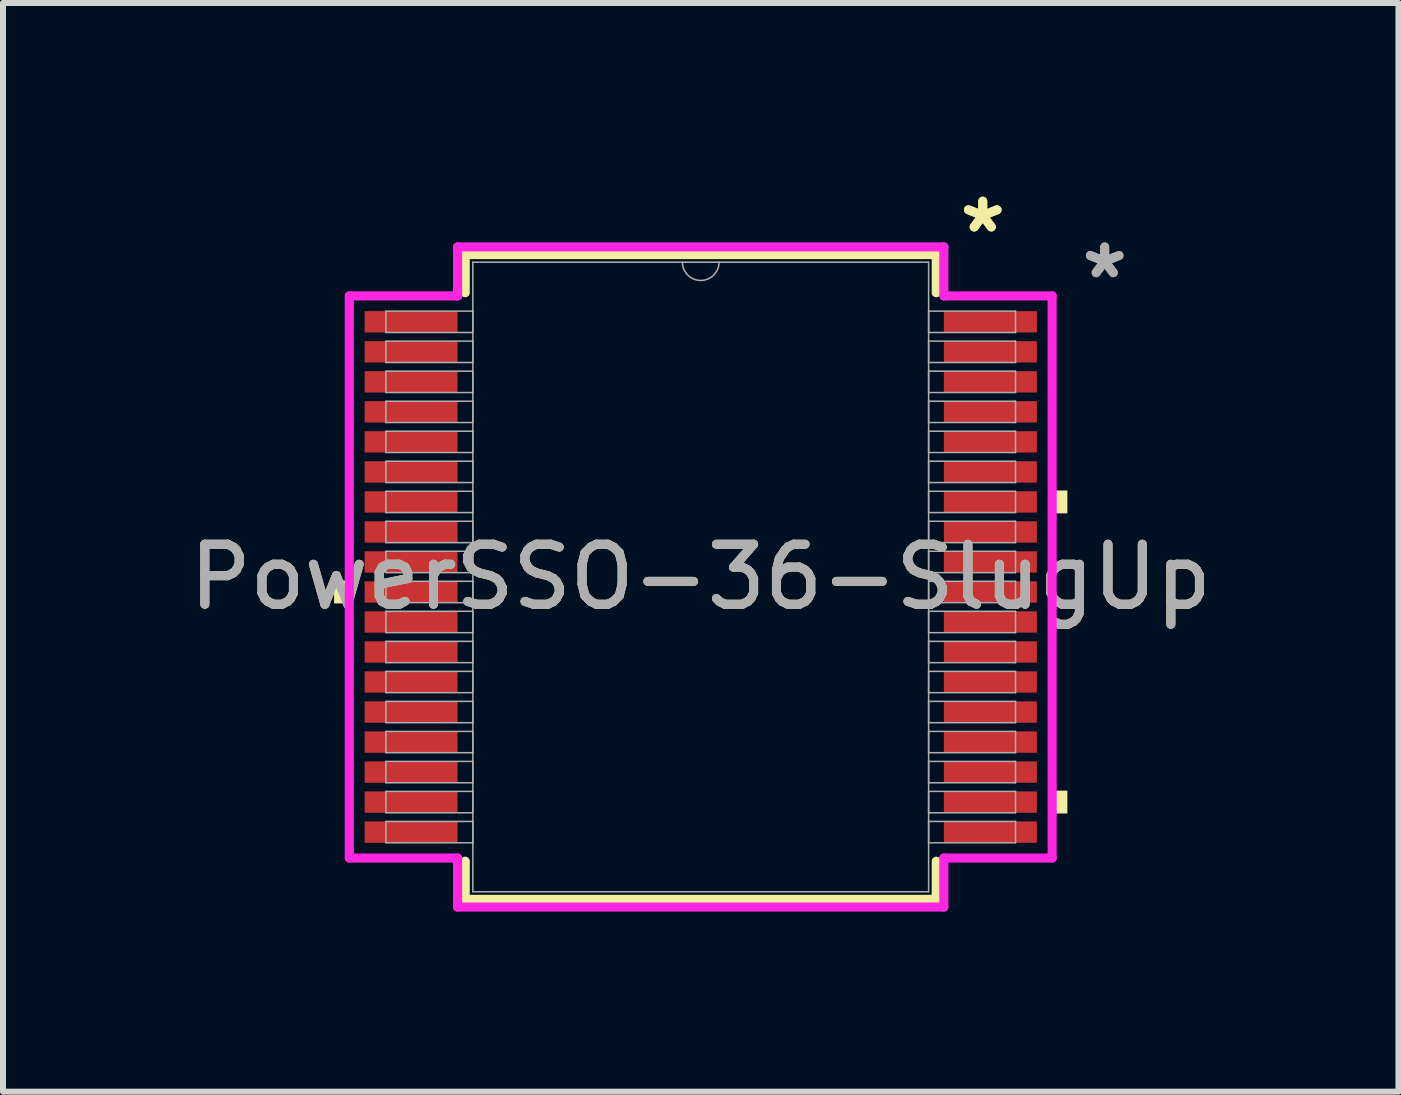
<source format=kicad_pcb>
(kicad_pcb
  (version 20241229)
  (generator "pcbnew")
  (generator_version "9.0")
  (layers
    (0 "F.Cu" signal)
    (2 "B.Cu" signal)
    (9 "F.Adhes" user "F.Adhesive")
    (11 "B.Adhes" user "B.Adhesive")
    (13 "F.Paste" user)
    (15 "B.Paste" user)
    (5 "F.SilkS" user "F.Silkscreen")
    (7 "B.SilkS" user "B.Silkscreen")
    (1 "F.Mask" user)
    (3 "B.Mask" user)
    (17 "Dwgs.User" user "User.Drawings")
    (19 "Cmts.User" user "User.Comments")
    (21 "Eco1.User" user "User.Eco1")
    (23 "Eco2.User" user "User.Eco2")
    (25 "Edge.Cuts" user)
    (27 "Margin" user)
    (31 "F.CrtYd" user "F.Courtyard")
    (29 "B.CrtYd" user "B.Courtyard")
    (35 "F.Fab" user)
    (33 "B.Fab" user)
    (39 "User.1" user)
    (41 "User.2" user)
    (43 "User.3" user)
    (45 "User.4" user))
  (footprint "PowerSSO-36-SlugUp"
    (layer "F.Cu")
    (at 8.625 6.563)
    (property "Reference" "PowerSSO-36-SlugUp" (at 0 0 0) (unlocked yes) (layer "F.SilkS") (effects (font (size 1 1) (thickness 0.15))))
    (attr smd)
    (fp_line (start -3.924 -5.372) (end -3.924 -4.736) (stroke (width 0.152) (type solid)) (layer "F.SilkS"))
    (fp_line (start -3.924 4.736) (end -3.924 5.372) (stroke (width 0.152) (type solid)) (layer "F.SilkS"))
    (fp_line (start -3.924 5.372) (end 3.924 5.372) (stroke (width 0.152) (type solid)) (layer "F.SilkS"))
    (fp_line (start 3.924 -5.372) (end -3.924 -5.372) (stroke (width 0.152) (type solid)) (layer "F.SilkS"))
    (fp_line (start 3.924 -4.736) (end 3.924 -5.372) (stroke (width 0.152) (type solid)) (layer "F.SilkS"))
    (fp_line (start 3.924 5.372) (end 3.924 4.736) (stroke (width 0.152) (type solid)) (layer "F.SilkS"))
    (fp_poly (pts (xy -6.109 0.06) (xy -6.109 0.441) (xy -5.855 0.441) (xy -5.855 0.06)) (stroke (width 0) (type solid)) (fill yes) (layer "F.SilkS"))
    (fp_poly (pts (xy 6.109 -1.441) (xy 6.109 -1.06) (xy 5.855 -1.06) (xy 5.855 -1.441)) (stroke (width 0) (type solid)) (fill yes) (layer "F.SilkS"))
    (fp_poly (pts (xy 6.109 3.56) (xy 6.109 3.941) (xy 5.855 3.941) (xy 5.855 3.56)) (stroke (width 0) (type solid)) (fill yes) (layer "F.SilkS"))
    (fp_line (start -5.855 -4.683) (end -4.051 -4.683) (stroke (width 0.152) (type solid)) (layer "F.CrtYd"))
    (fp_line (start -5.855 4.683) (end -5.855 -4.683) (stroke (width 0.152) (type solid)) (layer "F.CrtYd"))
    (fp_line (start -5.855 4.683) (end -4.051 4.683) (stroke (width 0.152) (type solid)) (layer "F.CrtYd"))
    (fp_line (start -4.051 -5.499) (end 4.051 -5.499) (stroke (width 0.152) (type solid)) (layer "F.CrtYd"))
    (fp_line (start -4.051 -4.683) (end -4.051 -5.499) (stroke (width 0.152) (type solid)) (layer "F.CrtYd"))
    (fp_line (start -4.051 5.499) (end -4.051 4.683) (stroke (width 0.152) (type solid)) (layer "F.CrtYd"))
    (fp_line (start 4.051 -5.499) (end 4.051 -4.683) (stroke (width 0.152) (type solid)) (layer "F.CrtYd"))
    (fp_line (start 4.051 4.683) (end 4.051 5.499) (stroke (width 0.152) (type solid)) (layer "F.CrtYd"))
    (fp_line (start 4.051 5.499) (end -4.051 5.499) (stroke (width 0.152) (type solid)) (layer "F.CrtYd"))
    (fp_line (start 5.855 -4.683) (end 4.051 -4.683) (stroke (width 0.152) (type solid)) (layer "F.CrtYd"))
    (fp_line (start 5.855 -4.683) (end 5.855 4.683) (stroke (width 0.152) (type solid)) (layer "F.CrtYd"))
    (fp_line (start 5.855 4.683) (end 4.051 4.683) (stroke (width 0.152) (type solid)) (layer "F.CrtYd"))
    (fp_line (start -5.245 -4.429) (end -5.245 -4.073) (stroke (width 0.025) (type solid)) (layer "F.Fab"))
    (fp_line (start -5.245 -4.073) (end -3.797 -4.073) (stroke (width 0.025) (type solid)) (layer "F.Fab"))
    (fp_line (start -5.245 -3.929) (end -5.245 -3.573) (stroke (width 0.025) (type solid)) (layer "F.Fab"))
    (fp_line (start -5.245 -3.573) (end -3.797 -3.573) (stroke (width 0.025) (type solid)) (layer "F.Fab"))
    (fp_line (start -5.245 -3.429) (end -5.245 -3.073) (stroke (width 0.025) (type solid)) (layer "F.Fab"))
    (fp_line (start -5.245 -3.073) (end -3.797 -3.073) (stroke (width 0.025) (type solid)) (layer "F.Fab"))
    (fp_line (start -5.245 -2.928) (end -5.245 -2.573) (stroke (width 0.025) (type solid)) (layer "F.Fab"))
    (fp_line (start -5.245 -2.573) (end -3.797 -2.573) (stroke (width 0.025) (type solid)) (layer "F.Fab"))
    (fp_line (start -5.245 -2.428) (end -5.245 -2.073) (stroke (width 0.025) (type solid)) (layer "F.Fab"))
    (fp_line (start -5.245 -2.073) (end -3.797 -2.073) (stroke (width 0.025) (type solid)) (layer "F.Fab"))
    (fp_line (start -5.245 -1.928) (end -5.245 -1.573) (stroke (width 0.025) (type solid)) (layer "F.Fab"))
    (fp_line (start -5.245 -1.573) (end -3.797 -1.573) (stroke (width 0.025) (type solid)) (layer "F.Fab"))
    (fp_line (start -5.245 -1.428) (end -5.245 -1.073) (stroke (width 0.025) (type solid)) (layer "F.Fab"))
    (fp_line (start -5.245 -1.073) (end -3.797 -1.073) (stroke (width 0.025) (type solid)) (layer "F.Fab"))
    (fp_line (start -5.245 -0.928) (end -5.245 -0.572) (stroke (width 0.025) (type solid)) (layer "F.Fab"))
    (fp_line (start -5.245 -0.572) (end -3.797 -0.572) (stroke (width 0.025) (type solid)) (layer "F.Fab"))
    (fp_line (start -5.245 -0.428) (end -5.245 -0.072) (stroke (width 0.025) (type solid)) (layer "F.Fab"))
    (fp_line (start -5.245 -0.072) (end -3.797 -0.072) (stroke (width 0.025) (type solid)) (layer "F.Fab"))
    (fp_line (start -5.245 0.072) (end -5.245 0.428) (stroke (width 0.025) (type solid)) (layer "F.Fab"))
    (fp_line (start -5.245 0.428) (end -3.797 0.428) (stroke (width 0.025) (type solid)) (layer "F.Fab"))
    (fp_line (start -5.245 0.572) (end -5.245 0.928) (stroke (width 0.025) (type solid)) (layer "F.Fab"))
    (fp_line (start -5.245 0.928) (end -3.797 0.928) (stroke (width 0.025) (type solid)) (layer "F.Fab"))
    (fp_line (start -5.245 1.073) (end -5.245 1.428) (stroke (width 0.025) (type solid)) (layer "F.Fab"))
    (fp_line (start -5.245 1.428) (end -3.797 1.428) (stroke (width 0.025) (type solid)) (layer "F.Fab"))
    (fp_line (start -5.245 1.573) (end -5.245 1.928) (stroke (width 0.025) (type solid)) (layer "F.Fab"))
    (fp_line (start -5.245 1.928) (end -3.797 1.928) (stroke (width 0.025) (type solid)) (layer "F.Fab"))
    (fp_line (start -5.245 2.073) (end -5.245 2.428) (stroke (width 0.025) (type solid)) (layer "F.Fab"))
    (fp_line (start -5.245 2.428) (end -3.797 2.428) (stroke (width 0.025) (type solid)) (layer "F.Fab"))
    (fp_line (start -5.245 2.573) (end -5.245 2.928) (stroke (width 0.025) (type solid)) (layer "F.Fab"))
    (fp_line (start -5.245 2.928) (end -3.797 2.928) (stroke (width 0.025) (type solid)) (layer "F.Fab"))
    (fp_line (start -5.245 3.073) (end -5.245 3.429) (stroke (width 0.025) (type solid)) (layer "F.Fab"))
    (fp_line (start -5.245 3.429) (end -3.797 3.429) (stroke (width 0.025) (type solid)) (layer "F.Fab"))
    (fp_line (start -5.245 3.573) (end -5.245 3.929) (stroke (width 0.025) (type solid)) (layer "F.Fab"))
    (fp_line (start -5.245 3.929) (end -3.797 3.929) (stroke (width 0.025) (type solid)) (layer "F.Fab"))
    (fp_line (start -5.245 4.073) (end -5.245 4.429) (stroke (width 0.025) (type solid)) (layer "F.Fab"))
    (fp_line (start -5.245 4.429) (end -3.797 4.429) (stroke (width 0.025) (type solid)) (layer "F.Fab"))
    (fp_line (start -3.797 -5.245) (end -3.797 5.245) (stroke (width 0.025) (type solid)) (layer "F.Fab"))
    (fp_line (start -3.797 -4.429) (end -5.245 -4.429) (stroke (width 0.025) (type solid)) (layer "F.Fab"))
    (fp_line (start -3.797 -4.073) (end -3.797 -4.429) (stroke (width 0.025) (type solid)) (layer "F.Fab"))
    (fp_line (start -3.797 -3.929) (end -5.245 -3.929) (stroke (width 0.025) (type solid)) (layer "F.Fab"))
    (fp_line (start -3.797 -3.573) (end -3.797 -3.929) (stroke (width 0.025) (type solid)) (layer "F.Fab"))
    (fp_line (start -3.797 -3.429) (end -5.245 -3.429) (stroke (width 0.025) (type solid)) (layer "F.Fab"))
    (fp_line (start -3.797 -3.073) (end -3.797 -3.429) (stroke (width 0.025) (type solid)) (layer "F.Fab"))
    (fp_line (start -3.797 -2.928) (end -5.245 -2.928) (stroke (width 0.025) (type solid)) (layer "F.Fab"))
    (fp_line (start -3.797 -2.573) (end -3.797 -2.928) (stroke (width 0.025) (type solid)) (layer "F.Fab"))
    (fp_line (start -3.797 -2.428) (end -5.245 -2.428) (stroke (width 0.025) (type solid)) (layer "F.Fab"))
    (fp_line (start -3.797 -2.073) (end -3.797 -2.428) (stroke (width 0.025) (type solid)) (layer "F.Fab"))
    (fp_line (start -3.797 -1.928) (end -5.245 -1.928) (stroke (width 0.025) (type solid)) (layer "F.Fab"))
    (fp_line (start -3.797 -1.573) (end -3.797 -1.928) (stroke (width 0.025) (type solid)) (layer "F.Fab"))
    (fp_line (start -3.797 -1.428) (end -5.245 -1.428) (stroke (width 0.025) (type solid)) (layer "F.Fab"))
    (fp_line (start -3.797 -1.073) (end -3.797 -1.428) (stroke (width 0.025) (type solid)) (layer "F.Fab"))
    (fp_line (start -3.797 -0.928) (end -5.245 -0.928) (stroke (width 0.025) (type solid)) (layer "F.Fab"))
    (fp_line (start -3.797 -0.572) (end -3.797 -0.928) (stroke (width 0.025) (type solid)) (layer "F.Fab"))
    (fp_line (start -3.797 -0.428) (end -5.245 -0.428) (stroke (width 0.025) (type solid)) (layer "F.Fab"))
    (fp_line (start -3.797 -0.072) (end -3.797 -0.428) (stroke (width 0.025) (type solid)) (layer "F.Fab"))
    (fp_line (start -3.797 0.072) (end -5.245 0.072) (stroke (width 0.025) (type solid)) (layer "F.Fab"))
    (fp_line (start -3.797 0.428) (end -3.797 0.072) (stroke (width 0.025) (type solid)) (layer "F.Fab"))
    (fp_line (start -3.797 0.572) (end -5.245 0.572) (stroke (width 0.025) (type solid)) (layer "F.Fab"))
    (fp_line (start -3.797 0.928) (end -3.797 0.572) (stroke (width 0.025) (type solid)) (layer "F.Fab"))
    (fp_line (start -3.797 1.073) (end -5.245 1.073) (stroke (width 0.025) (type solid)) (layer "F.Fab"))
    (fp_line (start -3.797 1.428) (end -3.797 1.073) (stroke (width 0.025) (type solid)) (layer "F.Fab"))
    (fp_line (start -3.797 1.573) (end -5.245 1.573) (stroke (width 0.025) (type solid)) (layer "F.Fab"))
    (fp_line (start -3.797 1.928) (end -3.797 1.573) (stroke (width 0.025) (type solid)) (layer "F.Fab"))
    (fp_line (start -3.797 2.073) (end -5.245 2.073) (stroke (width 0.025) (type solid)) (layer "F.Fab"))
    (fp_line (start -3.797 2.428) (end -3.797 2.073) (stroke (width 0.025) (type solid)) (layer "F.Fab"))
    (fp_line (start -3.797 2.573) (end -5.245 2.573) (stroke (width 0.025) (type solid)) (layer "F.Fab"))
    (fp_line (start -3.797 2.928) (end -3.797 2.573) (stroke (width 0.025) (type solid)) (layer "F.Fab"))
    (fp_line (start -3.797 3.073) (end -5.245 3.073) (stroke (width 0.025) (type solid)) (layer "F.Fab"))
    (fp_line (start -3.797 3.429) (end -3.797 3.073) (stroke (width 0.025) (type solid)) (layer "F.Fab"))
    (fp_line (start -3.797 3.573) (end -5.245 3.573) (stroke (width 0.025) (type solid)) (layer "F.Fab"))
    (fp_line (start -3.797 3.929) (end -3.797 3.573) (stroke (width 0.025) (type solid)) (layer "F.Fab"))
    (fp_line (start -3.797 4.073) (end -5.245 4.073) (stroke (width 0.025) (type solid)) (layer "F.Fab"))
    (fp_line (start -3.797 4.429) (end -3.797 4.073) (stroke (width 0.025) (type solid)) (layer "F.Fab"))
    (fp_line (start -3.797 5.245) (end 3.797 5.245) (stroke (width 0.025) (type solid)) (layer "F.Fab"))
    (fp_line (start 3.797 -5.245) (end -3.797 -5.245) (stroke (width 0.025) (type solid)) (layer "F.Fab"))
    (fp_line (start 3.797 -4.429) (end 3.797 -4.073) (stroke (width 0.025) (type solid)) (layer "F.Fab"))
    (fp_line (start 3.797 -4.073) (end 5.245 -4.073) (stroke (width 0.025) (type solid)) (layer "F.Fab"))
    (fp_line (start 3.797 -3.929) (end 3.797 -3.573) (stroke (width 0.025) (type solid)) (layer "F.Fab"))
    (fp_line (start 3.797 -3.573) (end 5.245 -3.573) (stroke (width 0.025) (type solid)) (layer "F.Fab"))
    (fp_line (start 3.797 -3.429) (end 3.797 -3.073) (stroke (width 0.025) (type solid)) (layer "F.Fab"))
    (fp_line (start 3.797 -3.073) (end 5.245 -3.073) (stroke (width 0.025) (type solid)) (layer "F.Fab"))
    (fp_line (start 3.797 -2.928) (end 3.797 -2.573) (stroke (width 0.025) (type solid)) (layer "F.Fab"))
    (fp_line (start 3.797 -2.573) (end 5.245 -2.573) (stroke (width 0.025) (type solid)) (layer "F.Fab"))
    (fp_line (start 3.797 -2.428) (end 3.797 -2.073) (stroke (width 0.025) (type solid)) (layer "F.Fab"))
    (fp_line (start 3.797 -2.073) (end 5.245 -2.073) (stroke (width 0.025) (type solid)) (layer "F.Fab"))
    (fp_line (start 3.797 -1.928) (end 3.797 -1.573) (stroke (width 0.025) (type solid)) (layer "F.Fab"))
    (fp_line (start 3.797 -1.573) (end 5.245 -1.573) (stroke (width 0.025) (type solid)) (layer "F.Fab"))
    (fp_line (start 3.797 -1.428) (end 3.797 -1.073) (stroke (width 0.025) (type solid)) (layer "F.Fab"))
    (fp_line (start 3.797 -1.073) (end 5.245 -1.073) (stroke (width 0.025) (type solid)) (layer "F.Fab"))
    (fp_line (start 3.797 -0.928) (end 3.797 -0.572) (stroke (width 0.025) (type solid)) (layer "F.Fab"))
    (fp_line (start 3.797 -0.572) (end 5.245 -0.572) (stroke (width 0.025) (type solid)) (layer "F.Fab"))
    (fp_line (start 3.797 -0.428) (end 3.797 -0.072) (stroke (width 0.025) (type solid)) (layer "F.Fab"))
    (fp_line (start 3.797 -0.072) (end 5.245 -0.072) (stroke (width 0.025) (type solid)) (layer "F.Fab"))
    (fp_line (start 3.797 0.072) (end 3.797 0.428) (stroke (width 0.025) (type solid)) (layer "F.Fab"))
    (fp_line (start 3.797 0.428) (end 5.245 0.428) (stroke (width 0.025) (type solid)) (layer "F.Fab"))
    (fp_line (start 3.797 0.572) (end 3.797 0.928) (stroke (width 0.025) (type solid)) (layer "F.Fab"))
    (fp_line (start 3.797 0.928) (end 5.245 0.928) (stroke (width 0.025) (type solid)) (layer "F.Fab"))
    (fp_line (start 3.797 1.073) (end 3.797 1.428) (stroke (width 0.025) (type solid)) (layer "F.Fab"))
    (fp_line (start 3.797 1.428) (end 5.245 1.428) (stroke (width 0.025) (type solid)) (layer "F.Fab"))
    (fp_line (start 3.797 1.573) (end 3.797 1.928) (stroke (width 0.025) (type solid)) (layer "F.Fab"))
    (fp_line (start 3.797 1.928) (end 5.245 1.928) (stroke (width 0.025) (type solid)) (layer "F.Fab"))
    (fp_line (start 3.797 2.073) (end 3.797 2.428) (stroke (width 0.025) (type solid)) (layer "F.Fab"))
    (fp_line (start 3.797 2.428) (end 5.245 2.428) (stroke (width 0.025) (type solid)) (layer "F.Fab"))
    (fp_line (start 3.797 2.573) (end 3.797 2.928) (stroke (width 0.025) (type solid)) (layer "F.Fab"))
    (fp_line (start 3.797 2.928) (end 5.245 2.928) (stroke (width 0.025) (type solid)) (layer "F.Fab"))
    (fp_line (start 3.797 3.073) (end 3.797 3.429) (stroke (width 0.025) (type solid)) (layer "F.Fab"))
    (fp_line (start 3.797 3.429) (end 5.245 3.429) (stroke (width 0.025) (type solid)) (layer "F.Fab"))
    (fp_line (start 3.797 3.573) (end 3.797 3.929) (stroke (width 0.025) (type solid)) (layer "F.Fab"))
    (fp_line (start 3.797 3.929) (end 5.245 3.929) (stroke (width 0.025) (type solid)) (layer "F.Fab"))
    (fp_line (start 3.797 4.073) (end 3.797 4.429) (stroke (width 0.025) (type solid)) (layer "F.Fab"))
    (fp_line (start 3.797 4.429) (end 5.245 4.429) (stroke (width 0.025) (type solid)) (layer "F.Fab"))
    (fp_line (start 3.797 5.245) (end 3.797 -5.245) (stroke (width 0.025) (type solid)) (layer "F.Fab"))
    (fp_line (start 5.245 -4.429) (end 3.797 -4.429) (stroke (width 0.025) (type solid)) (layer "F.Fab"))
    (fp_line (start 5.245 -4.073) (end 5.245 -4.429) (stroke (width 0.025) (type solid)) (layer "F.Fab"))
    (fp_line (start 5.245 -3.929) (end 3.797 -3.929) (stroke (width 0.025) (type solid)) (layer "F.Fab"))
    (fp_line (start 5.245 -3.573) (end 5.245 -3.929) (stroke (width 0.025) (type solid)) (layer "F.Fab"))
    (fp_line (start 5.245 -3.429) (end 3.797 -3.429) (stroke (width 0.025) (type solid)) (layer "F.Fab"))
    (fp_line (start 5.245 -3.073) (end 5.245 -3.429) (stroke (width 0.025) (type solid)) (layer "F.Fab"))
    (fp_line (start 5.245 -2.928) (end 3.797 -2.928) (stroke (width 0.025) (type solid)) (layer "F.Fab"))
    (fp_line (start 5.245 -2.573) (end 5.245 -2.928) (stroke (width 0.025) (type solid)) (layer "F.Fab"))
    (fp_line (start 5.245 -2.428) (end 3.797 -2.428) (stroke (width 0.025) (type solid)) (layer "F.Fab"))
    (fp_line (start 5.245 -2.073) (end 5.245 -2.428) (stroke (width 0.025) (type solid)) (layer "F.Fab"))
    (fp_line (start 5.245 -1.928) (end 3.797 -1.928) (stroke (width 0.025) (type solid)) (layer "F.Fab"))
    (fp_line (start 5.245 -1.573) (end 5.245 -1.928) (stroke (width 0.025) (type solid)) (layer "F.Fab"))
    (fp_line (start 5.245 -1.428) (end 3.797 -1.428) (stroke (width 0.025) (type solid)) (layer "F.Fab"))
    (fp_line (start 5.245 -1.073) (end 5.245 -1.428) (stroke (width 0.025) (type solid)) (layer "F.Fab"))
    (fp_line (start 5.245 -0.928) (end 3.797 -0.928) (stroke (width 0.025) (type solid)) (layer "F.Fab"))
    (fp_line (start 5.245 -0.572) (end 5.245 -0.928) (stroke (width 0.025) (type solid)) (layer "F.Fab"))
    (fp_line (start 5.245 -0.428) (end 3.797 -0.428) (stroke (width 0.025) (type solid)) (layer "F.Fab"))
    (fp_line (start 5.245 -0.072) (end 5.245 -0.428) (stroke (width 0.025) (type solid)) (layer "F.Fab"))
    (fp_line (start 5.245 0.072) (end 3.797 0.072) (stroke (width 0.025) (type solid)) (layer "F.Fab"))
    (fp_line (start 5.245 0.428) (end 5.245 0.072) (stroke (width 0.025) (type solid)) (layer "F.Fab"))
    (fp_line (start 5.245 0.572) (end 3.797 0.572) (stroke (width 0.025) (type solid)) (layer "F.Fab"))
    (fp_line (start 5.245 0.928) (end 5.245 0.572) (stroke (width 0.025) (type solid)) (layer "F.Fab"))
    (fp_line (start 5.245 1.073) (end 3.797 1.073) (stroke (width 0.025) (type solid)) (layer "F.Fab"))
    (fp_line (start 5.245 1.428) (end 5.245 1.073) (stroke (width 0.025) (type solid)) (layer "F.Fab"))
    (fp_line (start 5.245 1.573) (end 3.797 1.573) (stroke (width 0.025) (type solid)) (layer "F.Fab"))
    (fp_line (start 5.245 1.928) (end 5.245 1.573) (stroke (width 0.025) (type solid)) (layer "F.Fab"))
    (fp_line (start 5.245 2.073) (end 3.797 2.073) (stroke (width 0.025) (type solid)) (layer "F.Fab"))
    (fp_line (start 5.245 2.428) (end 5.245 2.073) (stroke (width 0.025) (type solid)) (layer "F.Fab"))
    (fp_line (start 5.245 2.573) (end 3.797 2.573) (stroke (width 0.025) (type solid)) (layer "F.Fab"))
    (fp_line (start 5.245 2.928) (end 5.245 2.573) (stroke (width 0.025) (type solid)) (layer "F.Fab"))
    (fp_line (start 5.245 3.073) (end 3.797 3.073) (stroke (width 0.025) (type solid)) (layer "F.Fab"))
    (fp_line (start 5.245 3.429) (end 5.245 3.073) (stroke (width 0.025) (type solid)) (layer "F.Fab"))
    (fp_line (start 5.245 3.573) (end 3.797 3.573) (stroke (width 0.025) (type solid)) (layer "F.Fab"))
    (fp_line (start 5.245 3.929) (end 5.245 3.573) (stroke (width 0.025) (type solid)) (layer "F.Fab"))
    (fp_line (start 5.245 4.073) (end 3.797 4.073) (stroke (width 0.025) (type solid)) (layer "F.Fab"))
    (fp_line (start 5.245 4.429) (end 5.245 4.073) (stroke (width 0.025) (type solid)) (layer "F.Fab"))
    (fp_arc (start 0.3048 -5.2451) (mid 0 -4.9403) (end -0.3048 -5.2451) (stroke (width 0.0254) (type solid)) (layer "F.Fab"))
    (fp_text user "*" (at 4.699 -5.715 0) (unlocked yes) (layer "F.SilkS") (effects (font (size 1 1) (thickness 0.15))))
    (fp_text user "*" (at 4.699 -5.715 0) (layer "F.SilkS") (effects (font (size 1 1) (thickness 0.15))))
    (fp_text user "*" (at 6.731 -4.953 0) (layer "F.Fab") (effects (font (size 1 1) (thickness 0.15))))
    (fp_text user "${REFERENCE}" (at 0 0 0) (unlocked yes) (layer "F.Fab") (effects (font (size 1 1) (thickness 0.15))))
    (fp_text user "*" (at 6.731 -4.953 0) (unlocked yes) (layer "F.Fab") (effects (font (size 1 1) (thickness 0.15))))
    (pad "1" smd rect (at 4.826 -4.251) (size 1.549 0.356) (layers "F.Cu" "F.Mask" "F.Paste"))
    (pad "2" smd rect (at 4.826 -3.751) (size 1.549 0.356) (layers "F.Cu" "F.Mask" "F.Paste"))
    (pad "3" smd rect (at 4.826 -3.251) (size 1.549 0.356) (layers "F.Cu" "F.Mask" "F.Paste"))
    (pad "4" smd rect (at 4.826 -2.751) (size 1.549 0.356) (layers "F.Cu" "F.Mask" "F.Paste"))
    (pad "5" smd rect (at 4.826 -2.251) (size 1.549 0.356) (layers "F.Cu" "F.Mask" "F.Paste"))
    (pad "6" smd rect (at 4.826 -1.75) (size 1.549 0.356) (layers "F.Cu" "F.Mask" "F.Paste"))
    (pad "7" smd rect (at 4.826 -1.25) (size 1.549 0.356) (layers "F.Cu" "F.Mask" "F.Paste"))
    (pad "8" smd rect (at 4.826 -0.75) (size 1.549 0.356) (layers "F.Cu" "F.Mask" "F.Paste"))
    (pad "9" smd rect (at 4.826 -0.25) (size 1.549 0.356) (layers "F.Cu" "F.Mask" "F.Paste"))
    (pad "10" smd rect (at 4.826 0.25) (size 1.549 0.356) (layers "F.Cu" "F.Mask" "F.Paste"))
    (pad "11" smd rect (at 4.826 0.75) (size 1.549 0.356) (layers "F.Cu" "F.Mask" "F.Paste"))
    (pad "12" smd rect (at 4.826 1.25) (size 1.549 0.356) (layers "F.Cu" "F.Mask" "F.Paste"))
    (pad "13" smd rect (at 4.826 1.75) (size 1.549 0.356) (layers "F.Cu" "F.Mask" "F.Paste"))
    (pad "14" smd rect (at 4.826 2.251) (size 1.549 0.356) (layers "F.Cu" "F.Mask" "F.Paste"))
    (pad "15" smd rect (at 4.826 2.751) (size 1.549 0.356) (layers "F.Cu" "F.Mask" "F.Paste"))
    (pad "16" smd rect (at 4.826 3.251) (size 1.549 0.356) (layers "F.Cu" "F.Mask" "F.Paste"))
    (pad "17" smd rect (at 4.826 3.751) (size 1.549 0.356) (layers "F.Cu" "F.Mask" "F.Paste"))
    (pad "18" smd rect (at 4.826 4.251) (size 1.549 0.356) (layers "F.Cu" "F.Mask" "F.Paste"))
    (pad "19" smd rect (at -4.826 4.251) (size 1.549 0.356) (layers "F.Cu" "F.Mask" "F.Paste"))
    (pad "20" smd rect (at -4.826 3.751) (size 1.549 0.356) (layers "F.Cu" "F.Mask" "F.Paste"))
    (pad "21" smd rect (at -4.826 3.251) (size 1.549 0.356) (layers "F.Cu" "F.Mask" "F.Paste"))
    (pad "22" smd rect (at -4.826 2.751) (size 1.549 0.356) (layers "F.Cu" "F.Mask" "F.Paste"))
    (pad "23" smd rect (at -4.826 2.251) (size 1.549 0.356) (layers "F.Cu" "F.Mask" "F.Paste"))
    (pad "24" smd rect (at -4.826 1.75) (size 1.549 0.356) (layers "F.Cu" "F.Mask" "F.Paste"))
    (pad "25" smd rect (at -4.826 1.25) (size 1.549 0.356) (layers "F.Cu" "F.Mask" "F.Paste"))
    (pad "26" smd rect (at -4.826 0.75) (size 1.549 0.356) (layers "F.Cu" "F.Mask" "F.Paste"))
    (pad "27" smd rect (at -4.826 0.25) (size 1.549 0.356) (layers "F.Cu" "F.Mask" "F.Paste"))
    (pad "28" smd rect (at -4.826 -0.25) (size 1.549 0.356) (layers "F.Cu" "F.Mask" "F.Paste"))
    (pad "29" smd rect (at -4.826 -0.75) (size 1.549 0.356) (layers "F.Cu" "F.Mask" "F.Paste"))
    (pad "30" smd rect (at -4.826 -1.25) (size 1.549 0.356) (layers "F.Cu" "F.Mask" "F.Paste"))
    (pad "31" smd rect (at -4.826 -1.75) (size 1.549 0.356) (layers "F.Cu" "F.Mask" "F.Paste"))
    (pad "32" smd rect (at -4.826 -2.251) (size 1.549 0.356) (layers "F.Cu" "F.Mask" "F.Paste"))
    (pad "33" smd rect (at -4.826 -2.751) (size 1.549 0.356) (layers "F.Cu" "F.Mask" "F.Paste"))
    (pad "34" smd rect (at -4.826 -3.251) (size 1.549 0.356) (layers "F.Cu" "F.Mask" "F.Paste"))
    (pad "35" smd rect (at -4.826 -3.751) (size 1.549 0.356) (layers "F.Cu" "F.Mask" "F.Paste"))
    (pad "36" smd rect (at -4.826 -4.251) (size 1.549 0.356) (layers "F.Cu" "F.Mask" "F.Paste")))
  (gr_rect
    (start -3 -3)
    (end 20.25 15.139)
    (stroke (width 0.1) (type default))
    (fill no)
    (layer "Edge.Cuts")))
</source>
